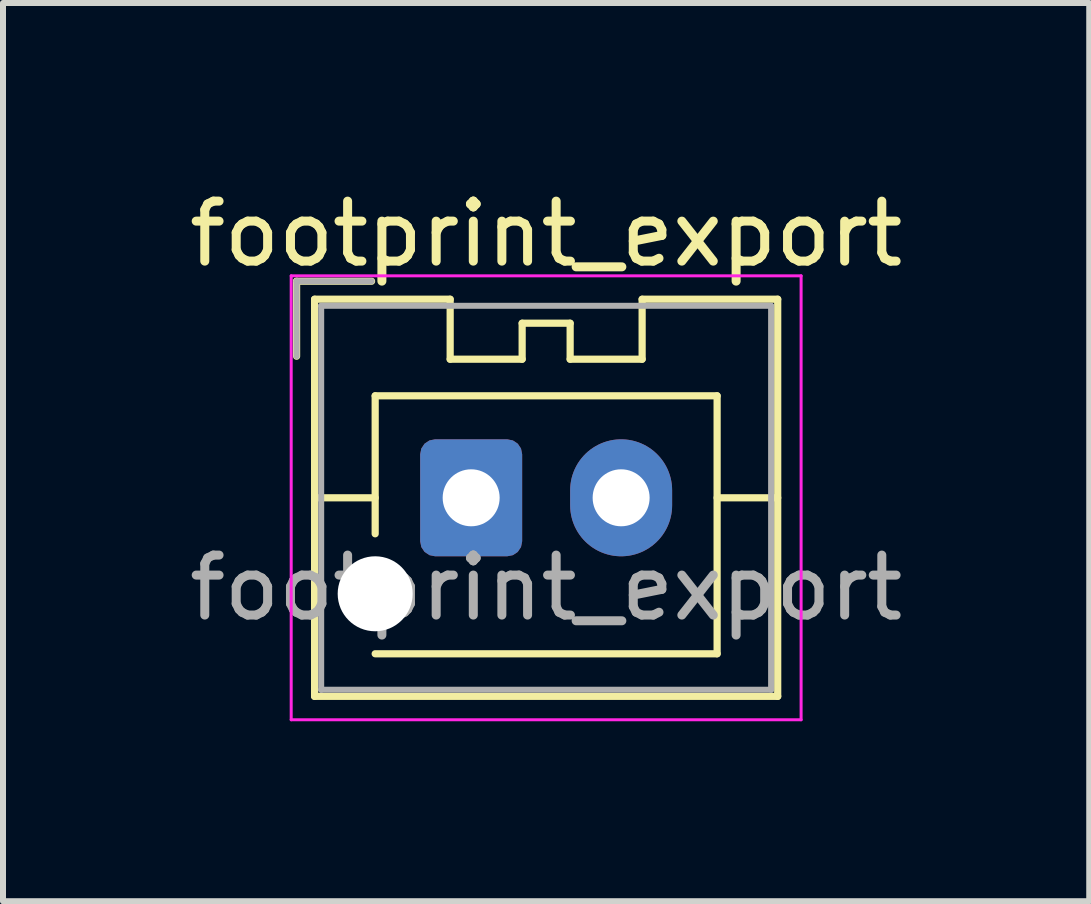
<source format=kicad_pcb>
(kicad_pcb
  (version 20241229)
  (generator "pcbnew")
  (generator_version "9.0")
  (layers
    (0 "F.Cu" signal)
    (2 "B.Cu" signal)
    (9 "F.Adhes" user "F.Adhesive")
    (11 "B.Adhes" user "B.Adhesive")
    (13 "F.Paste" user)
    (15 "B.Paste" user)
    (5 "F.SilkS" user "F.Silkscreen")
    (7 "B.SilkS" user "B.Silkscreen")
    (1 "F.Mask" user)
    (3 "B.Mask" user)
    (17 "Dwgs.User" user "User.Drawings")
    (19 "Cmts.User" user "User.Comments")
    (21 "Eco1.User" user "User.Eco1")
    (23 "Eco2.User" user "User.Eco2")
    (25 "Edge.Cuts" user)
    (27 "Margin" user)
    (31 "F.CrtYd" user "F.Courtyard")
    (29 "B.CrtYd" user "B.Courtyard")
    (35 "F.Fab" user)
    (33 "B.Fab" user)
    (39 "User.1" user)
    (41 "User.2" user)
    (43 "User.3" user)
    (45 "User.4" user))
  (footprint "footprint_export"
    (layer "F.Cu")
    (at 4.804 5.248)
    (property "Reference" "footprint_export" (at 1.25 -4.4 0) (layer "F.SilkS") (effects (font (size 1 1) (thickness 0.15))))
    (attr through_hole)
    (fp_line (start -2.91 -3.61) (end -2.91 -2.36) (stroke (width 0.12) (type solid)) (layer "F.SilkS"))
    (fp_line (start -2.61 -3.31) (end -2.61 3.31) (stroke (width 0.12) (type solid)) (layer "F.SilkS"))
    (fp_line (start -2.61 0) (end -1.6 0) (stroke (width 0.12) (type solid)) (layer "F.SilkS"))
    (fp_line (start -2.61 3.31) (end 5.11 3.31) (stroke (width 0.12) (type solid)) (layer "F.SilkS"))
    (fp_line (start -1.66 -3.61) (end -2.91 -3.61) (stroke (width 0.12) (type solid)) (layer "F.SilkS"))
    (fp_line (start -1.6 -1.7) (end 4.1 -1.7) (stroke (width 0.12) (type solid)) (layer "F.SilkS"))
    (fp_line (start -1.6 0.6) (end -1.6 -1.7) (stroke (width 0.12) (type solid)) (layer "F.SilkS"))
    (fp_line (start -0.35 -3.31) (end -2.61 -3.31) (stroke (width 0.12) (type solid)) (layer "F.SilkS"))
    (fp_line (start -0.35 -2.31) (end -0.35 -3.31) (stroke (width 0.12) (type solid)) (layer "F.SilkS"))
    (fp_line (start 0.85 -2.91) (end 0.85 -2.31) (stroke (width 0.12) (type solid)) (layer "F.SilkS"))
    (fp_line (start 0.85 -2.31) (end -0.35 -2.31) (stroke (width 0.12) (type solid)) (layer "F.SilkS"))
    (fp_line (start 1.65 -2.91) (end 0.85 -2.91) (stroke (width 0.12) (type solid)) (layer "F.SilkS"))
    (fp_line (start 1.65 -2.31) (end 1.65 -2.91) (stroke (width 0.12) (type solid)) (layer "F.SilkS"))
    (fp_line (start 2.85 -3.31) (end 2.85 -2.31) (stroke (width 0.12) (type solid)) (layer "F.SilkS"))
    (fp_line (start 2.85 -2.31) (end 1.65 -2.31) (stroke (width 0.12) (type solid)) (layer "F.SilkS"))
    (fp_line (start 4.1 -1.7) (end 4.1 2.6) (stroke (width 0.12) (type solid)) (layer "F.SilkS"))
    (fp_line (start 4.1 2.6) (end -1.6 2.6) (stroke (width 0.12) (type solid)) (layer "F.SilkS"))
    (fp_line (start 5.11 -3.31) (end 2.85 -3.31) (stroke (width 0.12) (type solid)) (layer "F.SilkS"))
    (fp_line (start 5.11 0) (end 4.1 0) (stroke (width 0.12) (type solid)) (layer "F.SilkS"))
    (fp_line (start 5.11 3.31) (end 5.11 -3.31) (stroke (width 0.12) (type solid)) (layer "F.SilkS"))
    (fp_line (start -3 -3.7) (end -3 3.7) (stroke (width 0.05) (type solid)) (layer "F.CrtYd"))
    (fp_line (start -3 3.7) (end 5.5 3.7) (stroke (width 0.05) (type solid)) (layer "F.CrtYd"))
    (fp_line (start 5.5 -3.7) (end -3 -3.7) (stroke (width 0.05) (type solid)) (layer "F.CrtYd"))
    (fp_line (start 5.5 3.7) (end 5.5 -3.7) (stroke (width 0.05) (type solid)) (layer "F.CrtYd"))
    (fp_line (start -2.91 -3.61) (end -2.91 -2.36) (stroke (width 0.1) (type solid)) (layer "F.Fab"))
    (fp_line (start -2.5 -3.2) (end -2.5 3.2) (stroke (width 0.1) (type solid)) (layer "F.Fab"))
    (fp_line (start -2.5 3.2) (end 5 3.2) (stroke (width 0.1) (type solid)) (layer "F.Fab"))
    (fp_line (start -1.66 -3.61) (end -2.91 -3.61) (stroke (width 0.1) (type solid)) (layer "F.Fab"))
    (fp_line (start 5 -3.2) (end -2.5 -3.2) (stroke (width 0.1) (type solid)) (layer "F.Fab"))
    (fp_line (start 5 3.2) (end 5 -3.2) (stroke (width 0.1) (type solid)) (layer "F.Fab"))
    (fp_text user "${REFERENCE}" (at 1.25 1.5 0) (layer "F.Fab") (effects (font (size 1 1) (thickness 0.15))))
    (pad "" np_thru_hole circle (at -1.6 1.6) (size 1.25 1.25) (drill 1.25) (layers "*.Cu" "*.Mask"))
    (pad "1" thru_hole roundrect (at 0 0) (size 1.7 1.95) (drill 0.95) (layers "*.Cu" "*.Mask") (roundrect_rratio 0.147))
    (pad "2" thru_hole oval (at 2.5 0) (size 1.7 1.95) (drill 0.95) (layers "*.Cu" "*.Mask")))
  (gr_rect
    (start -3 -3)
    (end 15.107 11.973)
    (stroke (width 0.1) (type default))
    (fill no)
    (layer "Edge.Cuts")))
</source>
